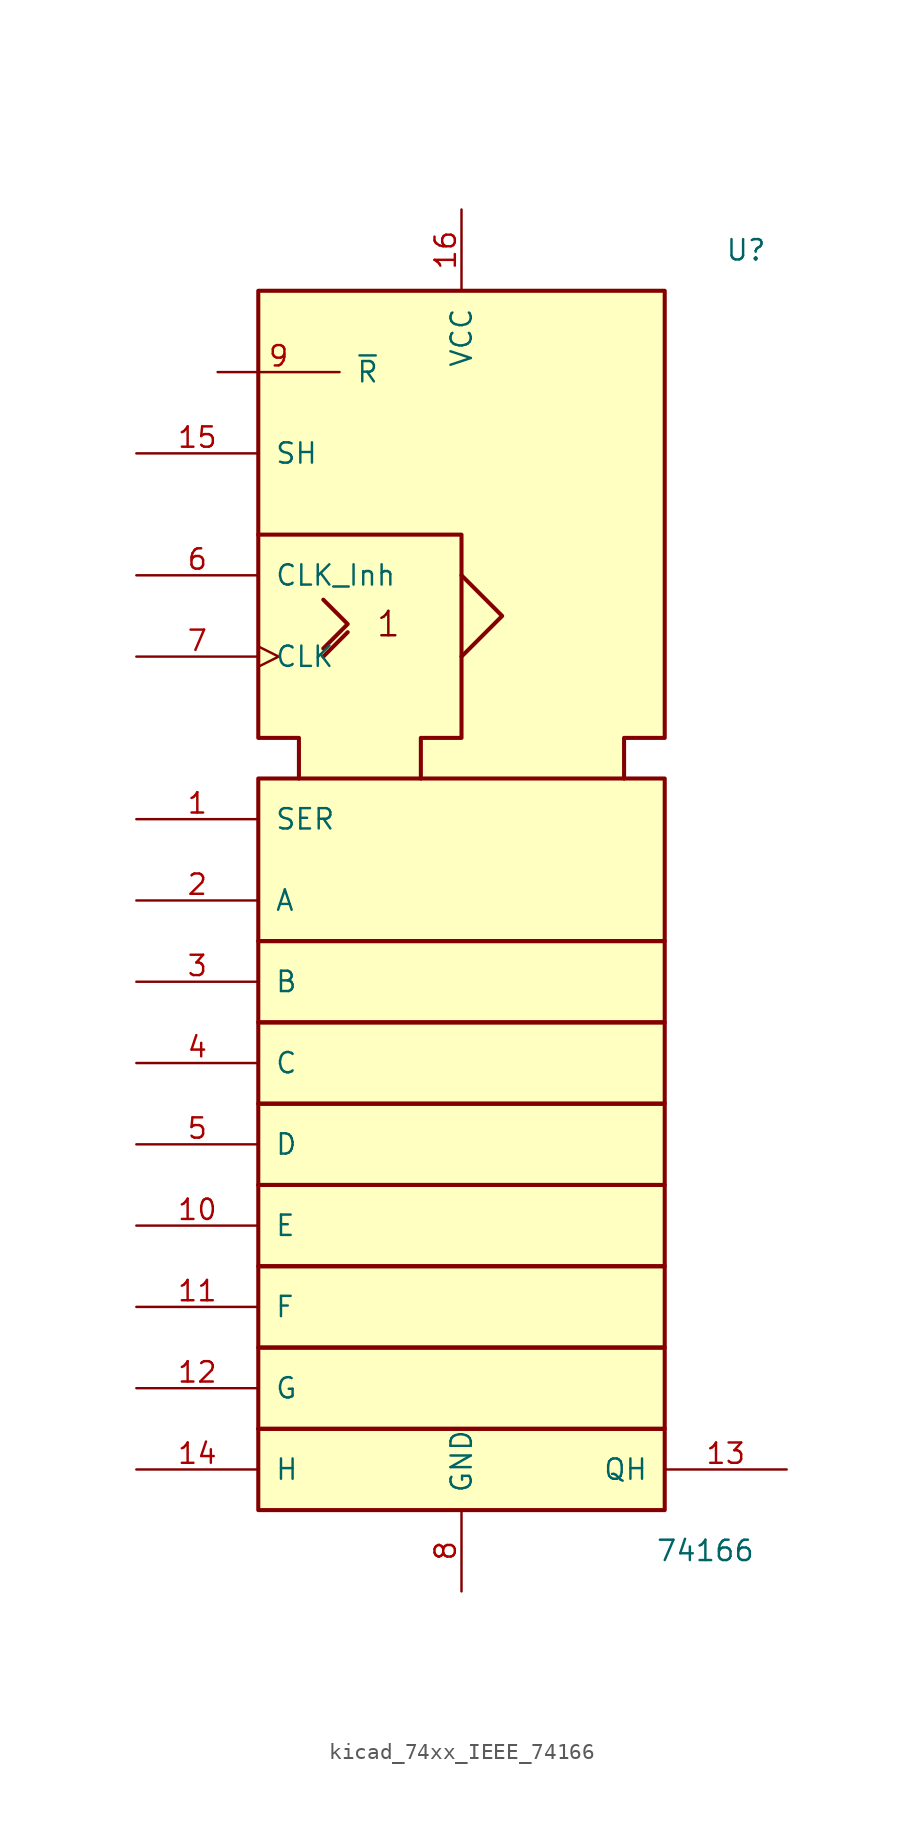
<source format=kicad_sym>
(kicad_symbol_lib
  (version 20220914)
  (generator kicad_symbol_editor)
  (symbol "kicad_74xx_IEEE_74166"
    (pin_names
      (offset 1.016))
    (property "Reference" "U"
      (at 17.78 35.56 0)
      (effects (font (size 1.27 1.27))))
    (property "Value" "74166"
      (at 15.24 -45.72 0)
      (effects (font (size 1.27 1.27))))
    (symbol "kicad_74xx_IEEE_74166_0_0"
      (rectangle (start -12.7 -38.1) (end -12.7 -38.1) (stroke (width 0.254) (type default)) (fill (type background)))
      (rectangle (start -12.7 -38.1) (end 12.7 -43.18) (stroke (width 0.254) (type default)) (fill (type background)))
      (rectangle (start -12.7 -33.02) (end 12.7 -38.1) (stroke (width 0.254) (type default)) (fill (type background)))
      (rectangle (start -12.7 -27.94) (end 12.7 -33.02) (stroke (width 0.254) (type default)) (fill (type background)))
      (rectangle (start -12.7 -22.86) (end 12.7 -27.94) (stroke (width 0.254) (type default)) (fill (type background)))
      (rectangle (start -12.7 -17.78) (end 12.7 -22.86) (stroke (width 0.254) (type default)) (fill (type background)))
      (rectangle (start -12.7 -12.7) (end 12.7 -17.78) (stroke (width 0.254) (type default)) (fill (type background)))
      (rectangle (start -12.7 -7.62) (end 12.7 -12.7) (stroke (width 0.254) (type default)) (fill (type background)))
      (rectangle (start -12.7 2.54) (end 12.7 -7.62) (stroke (width 0.254) (type default)) (fill (type background)))
      (polyline (pts (xy -8.636 10.16) (xy -7.112 11.684) (xy -7.112 11.684)) (stroke (width 0.254) (type default)) (fill (type background)))
      (polyline (pts (xy -8.636 13.716) (xy -7.112 12.192) (xy -8.636 10.668) (xy -8.636 10.668)) (stroke (width 0.254) (type default)) (fill (type background)))
      (polyline (pts (xy 0 15.24) (xy 2.54 12.7) (xy 0 10.16) (xy 0 10.16)) (stroke (width 0.254) (type default)) (fill (type background)))
      (polyline (pts (xy -12.7 17.78) (xy 0 17.78) (xy 0 5.08) (xy -2.54 5.08) (xy -2.54 2.54) (xy -2.54 2.54)) (stroke (width 0.254) (type default)) (fill (type background)))
      (polyline (pts (xy -10.16 2.54) (xy -10.16 5.08) (xy -12.7 5.08) (xy -12.7 33.02) (xy 12.7 33.02) (xy 12.7 5.08) (xy 10.16 5.08) (xy 10.16 2.54) (xy 10.16 2.54)) (stroke (width 0.254) (type default)) (fill (type background)))
      (text "1" (at -4.572 12.192 0) (effects (font (size 1.524 1.524)))))
    (symbol "kicad_74xx_IEEE_74166_0_1"
      (pin power_in line (at 0 -48.26 90) (length 5.08) (name "GND" (effects (font (size 1.27 1.27)))) (number "8" (effects (font (size 1.27 1.27))))))
    (symbol "kicad_74xx_IEEE_74166_1_1"
      (pin input line (at -20.32 0 0) (length 7.62) (name "SER" (effects (font (size 1.27 1.27)))) (number "1" (effects (font (size 1.27 1.27)))))
      (pin input line (at -20.32 -25.4 0) (length 7.62) (name "E" (effects (font (size 1.27 1.27)))) (number "10" (effects (font (size 1.27 1.27)))))
      (pin input line (at -20.32 -30.48 0) (length 7.62) (name "F" (effects (font (size 1.27 1.27)))) (number "11" (effects (font (size 1.27 1.27)))))
      (pin input line (at -20.32 -35.56 0) (length 7.62) (name "G" (effects (font (size 1.27 1.27)))) (number "12" (effects (font (size 1.27 1.27)))))
      (pin tri_state line (at 20.32 -40.64 180) (length 7.62) (name "QH" (effects (font (size 1.27 1.27)))) (number "13" (effects (font (size 1.27 1.27)))))
      (pin input line (at -20.32 -40.64 0) (length 7.62) (name "H" (effects (font (size 1.27 1.27)))) (number "14" (effects (font (size 1.27 1.27)))))
      (pin input line (at -20.32 22.86 0) (length 7.62) (name "SH" (effects (font (size 1.27 1.27)))) (number "15" (effects (font (size 1.27 1.27)))))
      (pin power_in line (at 0 38.1 270) (length 5.08) (name "VCC" (effects (font (size 1.27 1.27)))) (number "16" (effects (font (size 1.27 1.27)))))
      (pin input line (at -20.32 -5.08 0) (length 7.62) (name "A" (effects (font (size 1.27 1.27)))) (number "2" (effects (font (size 1.27 1.27)))))
      (pin input line (at -20.32 -10.16 0) (length 7.62) (name "B" (effects (font (size 1.27 1.27)))) (number "3" (effects (font (size 1.27 1.27)))))
      (pin input line (at -20.32 -15.24 0) (length 7.62) (name "C" (effects (font (size 1.27 1.27)))) (number "4" (effects (font (size 1.27 1.27)))))
      (pin input line (at -20.32 -20.32 0) (length 7.62) (name "D" (effects (font (size 1.27 1.27)))) (number "5" (effects (font (size 1.27 1.27)))))
      (pin input line (at -20.32 15.24 0) (length 7.62) (name "CLK_Inh" (effects (font (size 1.27 1.27)))) (number "6" (effects (font (size 1.27 1.27)))))
      (pin input clock (at -20.32 10.16 0) (length 7.62) (name "CLK" (effects (font (size 1.27 1.27)))) (number "7" (effects (font (size 1.27 1.27)))))
      (pin input line (at -15.24 27.94 0) (length 7.62) (name "~{R}" (effects (font (size 1.27 1.27)))) (number "9" (effects (font (size 1.27 1.27))))))))
</source>
